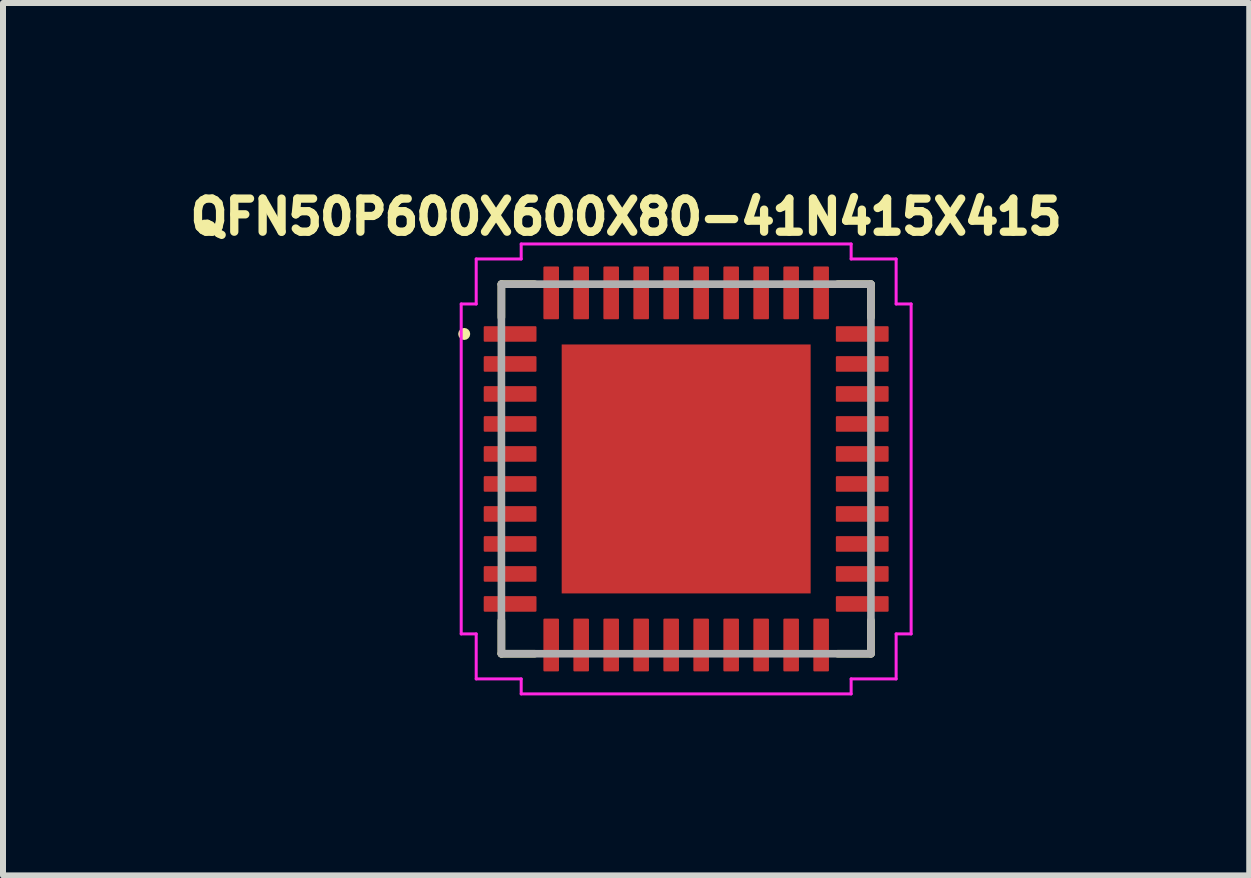
<source format=kicad_pcb>
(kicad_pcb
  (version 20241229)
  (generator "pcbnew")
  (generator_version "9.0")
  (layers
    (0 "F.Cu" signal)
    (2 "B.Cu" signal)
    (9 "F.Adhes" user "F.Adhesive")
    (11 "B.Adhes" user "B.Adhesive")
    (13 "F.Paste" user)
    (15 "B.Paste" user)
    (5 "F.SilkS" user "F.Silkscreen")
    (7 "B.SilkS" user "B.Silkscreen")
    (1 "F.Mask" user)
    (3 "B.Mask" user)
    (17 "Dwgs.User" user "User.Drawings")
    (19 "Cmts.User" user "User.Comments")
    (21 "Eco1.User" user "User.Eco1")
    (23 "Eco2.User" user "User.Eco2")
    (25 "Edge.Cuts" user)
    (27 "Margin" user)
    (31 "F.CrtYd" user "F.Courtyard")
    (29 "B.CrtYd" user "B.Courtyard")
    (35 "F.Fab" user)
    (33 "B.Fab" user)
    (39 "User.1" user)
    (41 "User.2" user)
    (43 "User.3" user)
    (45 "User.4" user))
  (footprint "QFN50P600X600X80-41N415X415"
    (layer "F.Cu")
    (at 8.388 4.767)
    (property "Reference" "QFN50P600X600X80-41N415X415" (at -1.001 -4.203 0) (layer "F.SilkS") (effects (font (size 0.552 0.552) (thickness 0.15))))
    (attr smd)
    (fp_line (start -3.08 -3.08) (end -3.08 -2.526) (stroke (width 0.127) (type solid)) (layer "F.SilkS"))
    (fp_line (start -3.08 2.526) (end -3.08 3.08) (stroke (width 0.127) (type solid)) (layer "F.SilkS"))
    (fp_line (start -3.08 3.08) (end -2.526 3.08) (stroke (width 0.127) (type solid)) (layer "F.SilkS"))
    (fp_line (start -2.526 -3.08) (end -3.08 -3.08) (stroke (width 0.127) (type solid)) (layer "F.SilkS"))
    (fp_line (start 2.526 -3.08) (end 3.08 -3.08) (stroke (width 0.127) (type solid)) (layer "F.SilkS"))
    (fp_line (start 2.526 3.08) (end 3.08 3.08) (stroke (width 0.127) (type solid)) (layer "F.SilkS"))
    (fp_line (start 3.08 -3.08) (end 3.08 -2.526) (stroke (width 0.127) (type solid)) (layer "F.SilkS"))
    (fp_line (start 3.08 3.08) (end 3.08 2.526) (stroke (width 0.127) (type solid)) (layer "F.SilkS"))
    (fp_circle (center -3.7 -2.25) (end -3.65 -2.25) (stroke (width 0.1) (type solid)) (fill no) (layer "F.SilkS"))
    (fp_line (start -3.75 -2.75) (end -3.75 2.75) (stroke (width 0.05) (type solid)) (layer "F.CrtYd"))
    (fp_line (start -3.75 2.75) (end -3.5 2.75) (stroke (width 0.05) (type solid)) (layer "F.CrtYd"))
    (fp_line (start -3.5 -3.5) (end -3.5 -2.75) (stroke (width 0.05) (type solid)) (layer "F.CrtYd"))
    (fp_line (start -3.5 -2.75) (end -3.75 -2.75) (stroke (width 0.05) (type solid)) (layer "F.CrtYd"))
    (fp_line (start -3.5 2.75) (end -3.5 3.5) (stroke (width 0.05) (type solid)) (layer "F.CrtYd"))
    (fp_line (start -3.5 3.5) (end -2.75 3.5) (stroke (width 0.05) (type solid)) (layer "F.CrtYd"))
    (fp_line (start -2.75 -3.75) (end -2.75 -3.5) (stroke (width 0.05) (type solid)) (layer "F.CrtYd"))
    (fp_line (start -2.75 -3.5) (end -3.5 -3.5) (stroke (width 0.05) (type solid)) (layer "F.CrtYd"))
    (fp_line (start -2.75 3.5) (end -2.75 3.75) (stroke (width 0.05) (type solid)) (layer "F.CrtYd"))
    (fp_line (start -2.75 3.75) (end 2.75 3.75) (stroke (width 0.05) (type solid)) (layer "F.CrtYd"))
    (fp_line (start 2.75 -3.75) (end -2.75 -3.75) (stroke (width 0.05) (type solid)) (layer "F.CrtYd"))
    (fp_line (start 2.75 -3.5) (end 2.75 -3.75) (stroke (width 0.05) (type solid)) (layer "F.CrtYd"))
    (fp_line (start 2.75 3.5) (end 3.5 3.5) (stroke (width 0.05) (type solid)) (layer "F.CrtYd"))
    (fp_line (start 2.75 3.75) (end 2.75 3.5) (stroke (width 0.05) (type solid)) (layer "F.CrtYd"))
    (fp_line (start 3.5 -3.5) (end 2.75 -3.5) (stroke (width 0.05) (type solid)) (layer "F.CrtYd"))
    (fp_line (start 3.5 -2.75) (end 3.5 -3.5) (stroke (width 0.05) (type solid)) (layer "F.CrtYd"))
    (fp_line (start 3.5 2.75) (end 3.75 2.75) (stroke (width 0.05) (type solid)) (layer "F.CrtYd"))
    (fp_line (start 3.5 3.5) (end 3.5 2.75) (stroke (width 0.05) (type solid)) (layer "F.CrtYd"))
    (fp_line (start 3.75 -2.75) (end 3.5 -2.75) (stroke (width 0.05) (type solid)) (layer "F.CrtYd"))
    (fp_line (start 3.75 2.75) (end 3.75 -2.75) (stroke (width 0.05) (type solid)) (layer "F.CrtYd"))
    (fp_line (start -3.08 -3.08) (end -3.08 3.08) (stroke (width 0.127) (type solid)) (layer "F.Fab"))
    (fp_line (start -3.08 3.08) (end 3.08 3.08) (stroke (width 0.127) (type solid)) (layer "F.Fab"))
    (fp_line (start 3.08 -3.08) (end -3.08 -3.08) (stroke (width 0.127) (type solid)) (layer "F.Fab"))
    (fp_line (start 3.08 3.08) (end 3.08 -3.08) (stroke (width 0.127) (type solid)) (layer "F.Fab"))
    (pad "1" smd roundrect (at -2.935 -2.25) (size 0.88 0.26) (layers "F.Cu" "F.Mask" "F.Paste") (roundrect_rratio 0.07))
    (pad "2" smd roundrect (at -2.935 -1.75) (size 0.88 0.26) (layers "F.Cu" "F.Mask" "F.Paste") (roundrect_rratio 0.07))
    (pad "3" smd roundrect (at -2.935 -1.25) (size 0.88 0.26) (layers "F.Cu" "F.Mask" "F.Paste") (roundrect_rratio 0.07))
    (pad "4" smd roundrect (at -2.935 -0.75) (size 0.88 0.26) (layers "F.Cu" "F.Mask" "F.Paste") (roundrect_rratio 0.07))
    (pad "5" smd roundrect (at -2.935 -0.25) (size 0.88 0.26) (layers "F.Cu" "F.Mask" "F.Paste") (roundrect_rratio 0.07))
    (pad "6" smd roundrect (at -2.935 0.25) (size 0.88 0.26) (layers "F.Cu" "F.Mask" "F.Paste") (roundrect_rratio 0.07))
    (pad "7" smd roundrect (at -2.935 0.75) (size 0.88 0.26) (layers "F.Cu" "F.Mask" "F.Paste") (roundrect_rratio 0.07))
    (pad "8" smd roundrect (at -2.935 1.25) (size 0.88 0.26) (layers "F.Cu" "F.Mask" "F.Paste") (roundrect_rratio 0.07))
    (pad "9" smd roundrect (at -2.935 1.75) (size 0.88 0.26) (layers "F.Cu" "F.Mask" "F.Paste") (roundrect_rratio 0.07))
    (pad "10" smd roundrect (at -2.935 2.25) (size 0.88 0.26) (layers "F.Cu" "F.Mask" "F.Paste") (roundrect_rratio 0.07))
    (pad "11" smd roundrect (at -2.25 2.935) (size 0.26 0.88) (layers "F.Cu" "F.Mask" "F.Paste") (roundrect_rratio 0.07))
    (pad "12" smd roundrect (at -1.75 2.935) (size 0.26 0.88) (layers "F.Cu" "F.Mask" "F.Paste") (roundrect_rratio 0.07))
    (pad "13" smd roundrect (at -1.25 2.935) (size 0.26 0.88) (layers "F.Cu" "F.Mask" "F.Paste") (roundrect_rratio 0.07))
    (pad "14" smd roundrect (at -0.75 2.935) (size 0.26 0.88) (layers "F.Cu" "F.Mask" "F.Paste") (roundrect_rratio 0.07))
    (pad "15" smd roundrect (at -0.25 2.935) (size 0.26 0.88) (layers "F.Cu" "F.Mask" "F.Paste") (roundrect_rratio 0.07))
    (pad "16" smd roundrect (at 0.25 2.935) (size 0.26 0.88) (layers "F.Cu" "F.Mask" "F.Paste") (roundrect_rratio 0.07))
    (pad "17" smd roundrect (at 0.75 2.935) (size 0.26 0.88) (layers "F.Cu" "F.Mask" "F.Paste") (roundrect_rratio 0.07))
    (pad "18" smd roundrect (at 1.25 2.935) (size 0.26 0.88) (layers "F.Cu" "F.Mask" "F.Paste") (roundrect_rratio 0.07))
    (pad "19" smd roundrect (at 1.75 2.935) (size 0.26 0.88) (layers "F.Cu" "F.Mask" "F.Paste") (roundrect_rratio 0.07))
    (pad "20" smd roundrect (at 2.25 2.935) (size 0.26 0.88) (layers "F.Cu" "F.Mask" "F.Paste") (roundrect_rratio 0.07))
    (pad "21" smd roundrect (at 2.935 2.25) (size 0.88 0.26) (layers "F.Cu" "F.Mask" "F.Paste") (roundrect_rratio 0.07))
    (pad "22" smd roundrect (at 2.935 1.75) (size 0.88 0.26) (layers "F.Cu" "F.Mask" "F.Paste") (roundrect_rratio 0.07))
    (pad "23" smd roundrect (at 2.935 1.25) (size 0.88 0.26) (layers "F.Cu" "F.Mask" "F.Paste") (roundrect_rratio 0.07))
    (pad "24" smd roundrect (at 2.935 0.75) (size 0.88 0.26) (layers "F.Cu" "F.Mask" "F.Paste") (roundrect_rratio 0.07))
    (pad "25" smd roundrect (at 2.935 0.25) (size 0.88 0.26) (layers "F.Cu" "F.Mask" "F.Paste") (roundrect_rratio 0.07))
    (pad "26" smd roundrect (at 2.935 -0.25) (size 0.88 0.26) (layers "F.Cu" "F.Mask" "F.Paste") (roundrect_rratio 0.07))
    (pad "27" smd roundrect (at 2.935 -0.75) (size 0.88 0.26) (layers "F.Cu" "F.Mask" "F.Paste") (roundrect_rratio 0.07))
    (pad "28" smd roundrect (at 2.935 -1.25) (size 0.88 0.26) (layers "F.Cu" "F.Mask" "F.Paste") (roundrect_rratio 0.07))
    (pad "29" smd roundrect (at 2.935 -1.75) (size 0.88 0.26) (layers "F.Cu" "F.Mask" "F.Paste") (roundrect_rratio 0.07))
    (pad "30" smd roundrect (at 2.935 -2.25) (size 0.88 0.26) (layers "F.Cu" "F.Mask" "F.Paste") (roundrect_rratio 0.07))
    (pad "31" smd roundrect (at 2.25 -2.935) (size 0.26 0.88) (layers "F.Cu" "F.Mask" "F.Paste") (roundrect_rratio 0.07))
    (pad "32" smd roundrect (at 1.75 -2.935) (size 0.26 0.88) (layers "F.Cu" "F.Mask" "F.Paste") (roundrect_rratio 0.07))
    (pad "33" smd roundrect (at 1.25 -2.935) (size 0.26 0.88) (layers "F.Cu" "F.Mask" "F.Paste") (roundrect_rratio 0.07))
    (pad "34" smd roundrect (at 0.75 -2.935) (size 0.26 0.88) (layers "F.Cu" "F.Mask" "F.Paste") (roundrect_rratio 0.07))
    (pad "35" smd roundrect (at 0.25 -2.935) (size 0.26 0.88) (layers "F.Cu" "F.Mask" "F.Paste") (roundrect_rratio 0.07))
    (pad "36" smd roundrect (at -0.25 -2.935) (size 0.26 0.88) (layers "F.Cu" "F.Mask" "F.Paste") (roundrect_rratio 0.07))
    (pad "37" smd roundrect (at -0.75 -2.935) (size 0.26 0.88) (layers "F.Cu" "F.Mask" "F.Paste") (roundrect_rratio 0.07))
    (pad "38" smd roundrect (at -1.25 -2.935) (size 0.26 0.88) (layers "F.Cu" "F.Mask" "F.Paste") (roundrect_rratio 0.07))
    (pad "39" smd roundrect (at -1.75 -2.935) (size 0.26 0.88) (layers "F.Cu" "F.Mask" "F.Paste") (roundrect_rratio 0.07))
    (pad "40" smd roundrect (at -2.25 -2.935) (size 0.26 0.88) (layers "F.Cu" "F.Mask" "F.Paste") (roundrect_rratio 0.07))
    (pad "41" smd rect (at 0 0) (size 4.15 4.15) (layers "F.Cu" "F.Mask" "F.Paste")))
  (gr_rect
    (start -3 -3)
    (end 17.774 11.542)
    (stroke (width 0.1) (type default))
    (fill no)
    (layer "Edge.Cuts")))
</source>
